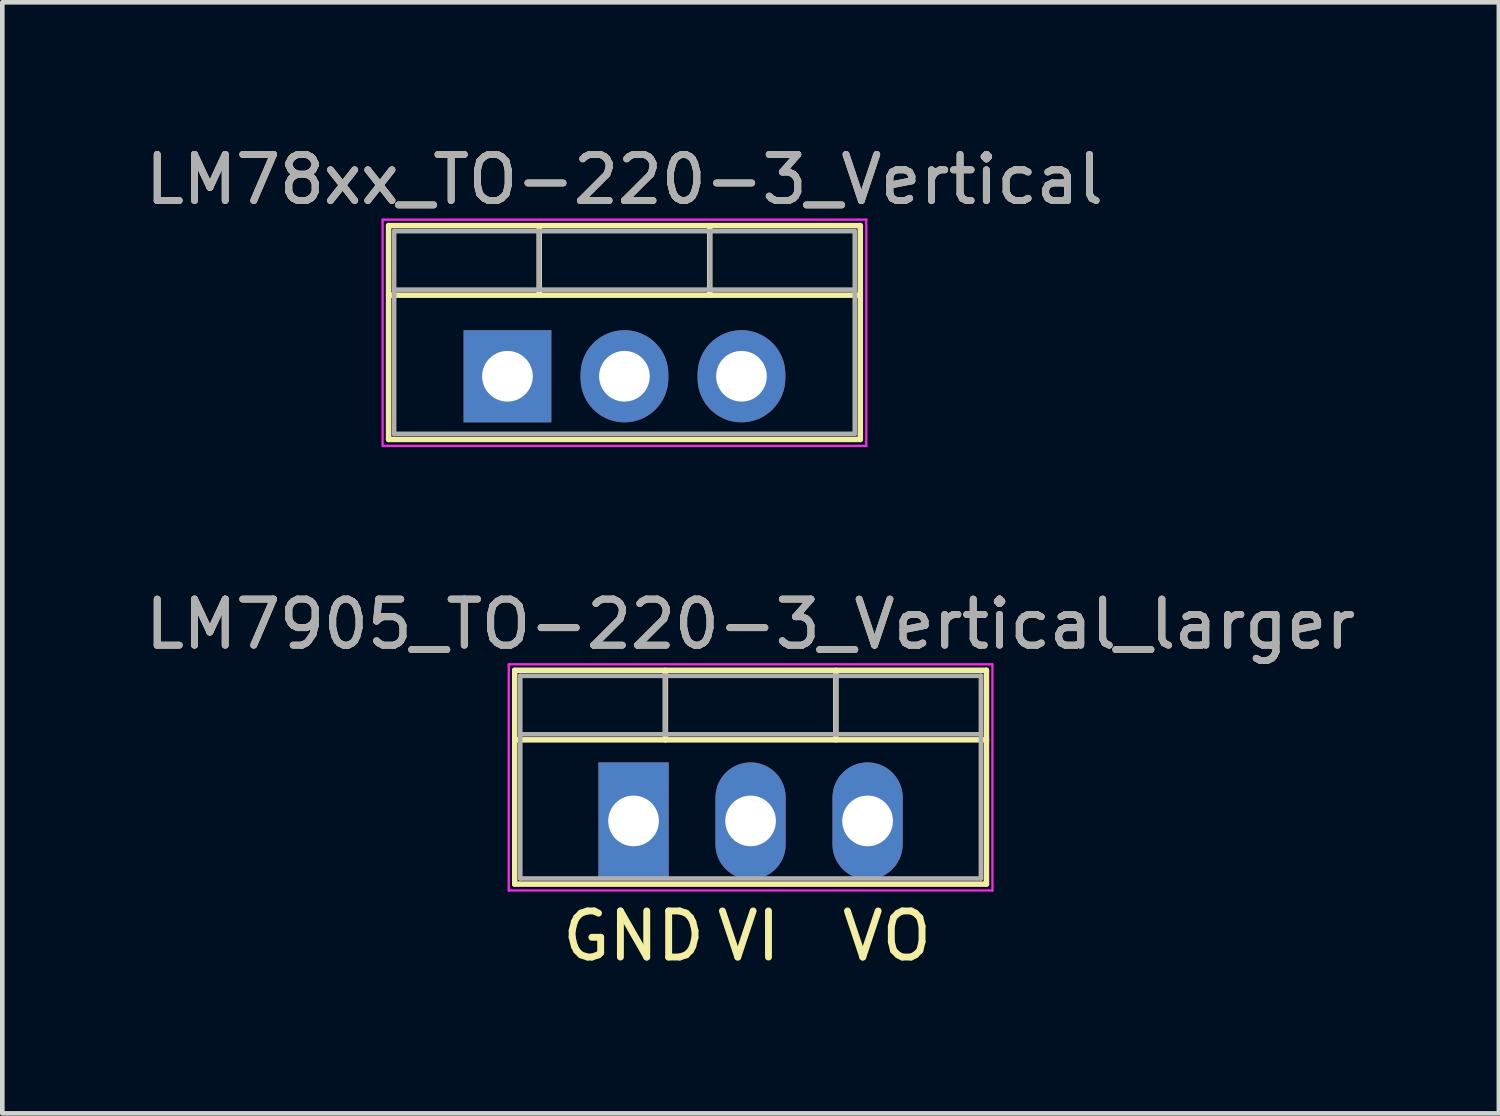
<source format=kicad_pcb>
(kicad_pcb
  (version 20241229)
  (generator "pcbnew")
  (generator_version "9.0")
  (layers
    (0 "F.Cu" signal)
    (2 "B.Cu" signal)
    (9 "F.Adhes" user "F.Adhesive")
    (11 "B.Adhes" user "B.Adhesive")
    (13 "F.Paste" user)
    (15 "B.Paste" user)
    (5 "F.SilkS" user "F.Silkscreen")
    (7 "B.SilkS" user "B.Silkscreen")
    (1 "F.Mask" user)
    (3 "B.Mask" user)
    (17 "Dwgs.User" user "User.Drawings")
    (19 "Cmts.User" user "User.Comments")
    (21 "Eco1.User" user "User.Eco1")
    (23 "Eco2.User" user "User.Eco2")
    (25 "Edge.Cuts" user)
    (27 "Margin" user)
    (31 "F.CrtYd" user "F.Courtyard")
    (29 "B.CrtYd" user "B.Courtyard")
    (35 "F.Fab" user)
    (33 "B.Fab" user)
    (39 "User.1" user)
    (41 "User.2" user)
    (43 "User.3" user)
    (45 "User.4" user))
  (footprint "LM78xx_TO-220-3_Vertical"
    (layer "F.Cu")
    (at 7.966 5.118)
    (property "Reference" "LM78xx_TO-220-3_Vertical" (at 2.54 -4.27 0) (layer "F.SilkS") (effects (font (size 1 1) (thickness 0.15))))
    (attr through_hole)
    (fp_line (start -2.58 -3.27) (end -2.58 1.371) (stroke (width 0.12) (type solid)) (layer "F.SilkS"))
    (fp_line (start -2.58 -3.27) (end 7.66 -3.27) (stroke (width 0.12) (type solid)) (layer "F.SilkS"))
    (fp_line (start -2.58 -1.76) (end 7.66 -1.76) (stroke (width 0.12) (type solid)) (layer "F.SilkS"))
    (fp_line (start -2.58 1.371) (end 7.66 1.371) (stroke (width 0.12) (type solid)) (layer "F.SilkS"))
    (fp_line (start 0.69 -3.27) (end 0.69 -1.76) (stroke (width 0.12) (type solid)) (layer "F.SilkS"))
    (fp_line (start 4.391 -3.27) (end 4.391 -1.76) (stroke (width 0.12) (type solid)) (layer "F.SilkS"))
    (fp_line (start 7.66 -3.27) (end 7.66 1.371) (stroke (width 0.12) (type solid)) (layer "F.SilkS"))
    (fp_line (start -2.71 -3.4) (end -2.71 1.51) (stroke (width 0.05) (type solid)) (layer "F.CrtYd"))
    (fp_line (start -2.71 1.51) (end 7.79 1.51) (stroke (width 0.05) (type solid)) (layer "F.CrtYd"))
    (fp_line (start 7.79 -3.4) (end -2.71 -3.4) (stroke (width 0.05) (type solid)) (layer "F.CrtYd"))
    (fp_line (start 7.79 1.51) (end 7.79 -3.4) (stroke (width 0.05) (type solid)) (layer "F.CrtYd"))
    (fp_line (start -2.46 -3.15) (end -2.46 1.25) (stroke (width 0.1) (type solid)) (layer "F.Fab"))
    (fp_line (start -2.46 -1.88) (end 7.54 -1.88) (stroke (width 0.1) (type solid)) (layer "F.Fab"))
    (fp_line (start -2.46 1.25) (end 7.54 1.25) (stroke (width 0.1) (type solid)) (layer "F.Fab"))
    (fp_line (start 0.69 -3.15) (end 0.69 -1.88) (stroke (width 0.1) (type solid)) (layer "F.Fab"))
    (fp_line (start 4.39 -3.15) (end 4.39 -1.88) (stroke (width 0.1) (type solid)) (layer "F.Fab"))
    (fp_line (start 7.54 -3.15) (end -2.46 -3.15) (stroke (width 0.1) (type solid)) (layer "F.Fab"))
    (fp_line (start 7.54 1.25) (end 7.54 -3.15) (stroke (width 0.1) (type solid)) (layer "F.Fab"))
    (fp_text user "${REFERENCE}" (at 2.54 -4.27 0) (layer "F.Fab") (effects (font (size 1 1) (thickness 0.15))))
    (pad "1" thru_hole rect (at 0 0) (size 1.905 2) (drill 1.1) (layers "*.Cu" "*.Mask"))
    (pad "2" thru_hole oval (at 2.54 0) (size 1.905 2) (drill 1.1) (layers "*.Cu" "*.Mask"))
    (pad "3" thru_hole oval (at 5.08 0) (size 1.905 2) (drill 1.1) (layers "*.Cu" "*.Mask")))
  (footprint "LM7905_TO-220-3_Vertical_larger"
    (layer "F.Cu")
    (at 10.704 14.771)
    (property "Reference" "LM7905_TO-220-3_Vertical_larger" (at 2.54 -4.27 0) (layer "F.SilkS") (effects (font (size 1 1) (thickness 0.15))))
    (attr through_hole)
    (fp_line (start -2.58 -3.27) (end -2.58 1.371) (stroke (width 0.12) (type solid)) (layer "F.SilkS"))
    (fp_line (start -2.58 -3.27) (end 7.66 -3.27) (stroke (width 0.12) (type solid)) (layer "F.SilkS"))
    (fp_line (start -2.58 -1.76) (end 7.66 -1.76) (stroke (width 0.12) (type solid)) (layer "F.SilkS"))
    (fp_line (start -2.58 1.371) (end 7.66 1.371) (stroke (width 0.12) (type solid)) (layer "F.SilkS"))
    (fp_line (start 0.69 -3.27) (end 0.69 -1.76) (stroke (width 0.12) (type solid)) (layer "F.SilkS"))
    (fp_line (start 4.391 -3.27) (end 4.391 -1.76) (stroke (width 0.12) (type solid)) (layer "F.SilkS"))
    (fp_line (start 7.66 -3.27) (end 7.66 1.371) (stroke (width 0.12) (type solid)) (layer "F.SilkS"))
    (fp_line (start -2.71 -3.4) (end -2.71 1.51) (stroke (width 0.05) (type solid)) (layer "F.CrtYd"))
    (fp_line (start -2.71 1.51) (end 7.79 1.51) (stroke (width 0.05) (type solid)) (layer "F.CrtYd"))
    (fp_line (start 7.79 -3.4) (end -2.71 -3.4) (stroke (width 0.05) (type solid)) (layer "F.CrtYd"))
    (fp_line (start 7.79 1.51) (end 7.79 -3.4) (stroke (width 0.05) (type solid)) (layer "F.CrtYd"))
    (fp_line (start -2.46 -3.15) (end -2.46 1.25) (stroke (width 0.1) (type solid)) (layer "F.Fab"))
    (fp_line (start -2.46 -1.88) (end 7.54 -1.88) (stroke (width 0.1) (type solid)) (layer "F.Fab"))
    (fp_line (start -2.46 1.25) (end 7.54 1.25) (stroke (width 0.1) (type solid)) (layer "F.Fab"))
    (fp_line (start 0.69 -3.15) (end 0.69 -1.88) (stroke (width 0.1) (type solid)) (layer "F.Fab"))
    (fp_line (start 4.39 -3.15) (end 4.39 -1.88) (stroke (width 0.1) (type solid)) (layer "F.Fab"))
    (fp_line (start 7.54 -3.15) (end -2.46 -3.15) (stroke (width 0.1) (type solid)) (layer "F.Fab"))
    (fp_line (start 7.54 1.25) (end 7.54 -3.15) (stroke (width 0.1) (type solid)) (layer "F.Fab"))
    (fp_text user "GND" (at 0 2.5 0) (layer "F.SilkS") (effects (font (size 1 1) (thickness 0.15))))
    (fp_text user "VI" (at 2.5 2.5 0) (layer "F.SilkS") (effects (font (size 1 1) (thickness 0.15))))
    (fp_text user "VO" (at 5.5 2.5 0) (layer "F.SilkS") (effects (font (size 1 1) (thickness 0.15))))
    (fp_text user "${REFERENCE}" (at 2.54 -4.27 0) (layer "F.Fab") (effects (font (size 1 1) (thickness 0.15))))
    (pad "1" thru_hole rect (at 0 0) (size 1.524 2.54) (drill 1.1) (layers "*.Cu" "*.Mask"))
    (pad "2" thru_hole oval (at 2.54 0) (size 1.524 2.54) (drill 1.1) (layers "*.Cu" "*.Mask"))
    (pad "3" thru_hole oval (at 5.08 0) (size 1.524 2.54) (drill 1.1) (layers "*.Cu" "*.Mask")))
  (gr_rect
    (start -3 -3)
    (end 29.488 21.12)
    (stroke (width 0.1) (type default))
    (fill no)
    (layer "Edge.Cuts")))
</source>
